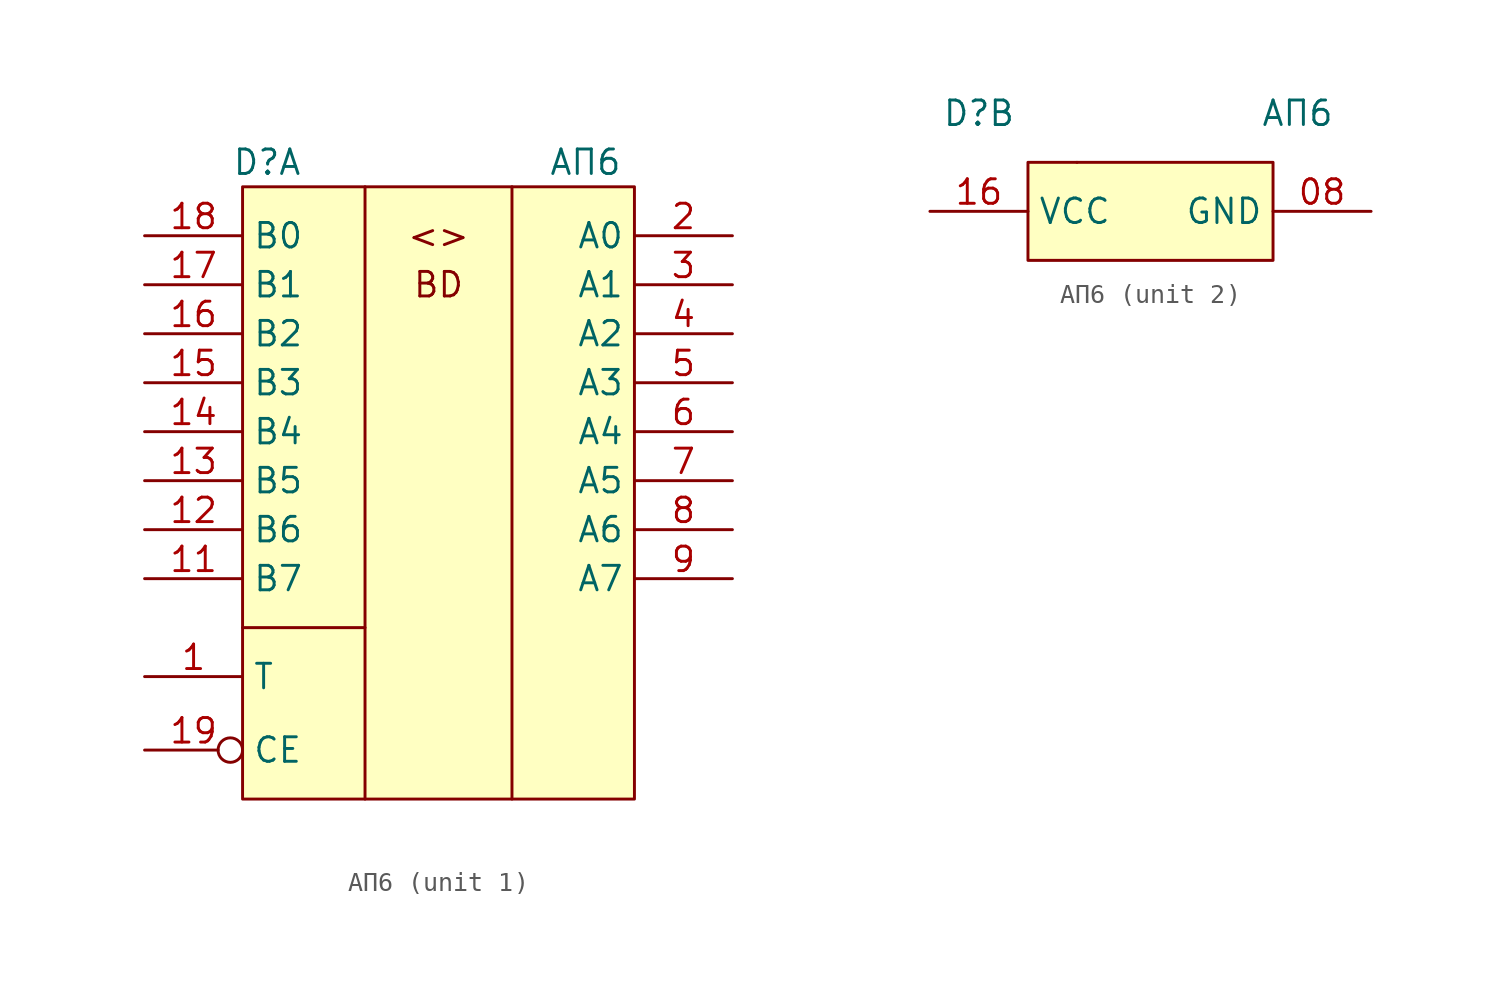
<source format=kicad_sym>
(kicad_symbol_lib
  (version 20231120)
  (generator "kicad_symbol_editor")
  (generator_version "8.0")
  (symbol "АП6"
    (property "Reference" "D"
      (at -8.89 1.27 0)
      (effects (font (size 1.27 1.27))))
    (property "Value" "АП6"
      (at 7.62 1.27 0)
      (effects (font (size 1.27 1.27))))
    (property "ki_locked" ""
      (at 0 0 0)
      (effects (font (size 1.27 1.27))))
    (symbol "АП6_1_1"
      (rectangle (start -10.16 0) (end 10.16 -31.75) (stroke (width 0) (type default)) (fill (type background)))
      (polyline (pts (xy -10.16 -22.86) (xy -3.81 -22.86)) (stroke (width 0) (type default)) (fill (type none)))
      (polyline (pts (xy -3.81 0) (xy -3.81 -31.75)) (stroke (width 0) (type default)) (fill (type none)))
      (polyline (pts (xy 3.81 0) (xy 3.81 -31.75)) (stroke (width 0) (type default)) (fill (type none)))
      (text "<>" (at 0 -2.54 0) (effects (font (size 1.27 1.27))))
      (text "BD" (at 0 -5.08 0) (effects (font (size 1.27 1.27))))
      (pin input line (at -15.24 -25.4 0) (length 5.08) (name "T" (effects (font (size 1.27 1.27)))) (number "1" (effects (font (size 1.27 1.27)))))
      (pin input line (at -15.24 -20.32 0) (length 5.08) (name "B7" (effects (font (size 1.27 1.27)))) (number "11" (effects (font (size 1.27 1.27)))))
      (pin input line (at -15.24 -17.78 0) (length 5.08) (name "B6" (effects (font (size 1.27 1.27)))) (number "12" (effects (font (size 1.27 1.27)))))
      (pin input line (at -15.24 -15.24 0) (length 5.08) (name "B5" (effects (font (size 1.27 1.27)))) (number "13" (effects (font (size 1.27 1.27)))))
      (pin input line (at -15.24 -12.7 0) (length 5.08) (name "B4" (effects (font (size 1.27 1.27)))) (number "14" (effects (font (size 1.27 1.27)))))
      (pin input line (at -15.24 -10.16 0) (length 5.08) (name "B3" (effects (font (size 1.27 1.27)))) (number "15" (effects (font (size 1.27 1.27)))))
      (pin input line (at -15.24 -7.62 0) (length 5.08) (name "B2" (effects (font (size 1.27 1.27)))) (number "16" (effects (font (size 1.27 1.27)))))
      (pin input line (at -15.24 -5.08 0) (length 5.08) (name "B1" (effects (font (size 1.27 1.27)))) (number "17" (effects (font (size 1.27 1.27)))))
      (pin input line (at -15.24 -2.54 0) (length 5.08) (name "B0" (effects (font (size 1.27 1.27)))) (number "18" (effects (font (size 1.27 1.27)))))
      (pin input inverted (at -15.24 -29.21 0) (length 5.08) (name "CE" (effects (font (size 1.27 1.27)))) (number "19" (effects (font (size 1.27 1.27)))))
      (pin input line (at 15.24 -2.54 180) (length 5.08) (name "A0" (effects (font (size 1.27 1.27)))) (number "2" (effects (font (size 1.27 1.27)))))
      (pin input line (at 15.24 -5.08 180) (length 5.08) (name "A1" (effects (font (size 1.27 1.27)))) (number "3" (effects (font (size 1.27 1.27)))))
      (pin input line (at 15.24 -7.62 180) (length 5.08) (name "A2" (effects (font (size 1.27 1.27)))) (number "4" (effects (font (size 1.27 1.27)))))
      (pin input line (at 15.24 -10.16 180) (length 5.08) (name "A3" (effects (font (size 1.27 1.27)))) (number "5" (effects (font (size 1.27 1.27)))))
      (pin input line (at 15.24 -12.7 180) (length 5.08) (name "A4" (effects (font (size 1.27 1.27)))) (number "6" (effects (font (size 1.27 1.27)))))
      (pin input line (at 15.24 -15.24 180) (length 5.08) (name "A5" (effects (font (size 1.27 1.27)))) (number "7" (effects (font (size 1.27 1.27)))))
      (pin input line (at 15.24 -17.78 180) (length 5.08) (name "A6" (effects (font (size 1.27 1.27)))) (number "8" (effects (font (size 1.27 1.27)))))
      (pin input line (at 15.24 -20.32 180) (length 5.08) (name "A7" (effects (font (size 1.27 1.27)))) (number "9" (effects (font (size 1.27 1.27))))))
    (symbol "АП6_2_1"
      (rectangle (start -6.35 -1.27) (end 6.35 -6.35) (stroke (width 0) (type default)) (fill (type background)))
      (rectangle (start -3.81 -1.27) (end -3.81 -1.27) (stroke (width 0) (type default)) (fill (type none)))
      (pin power_in line (at 11.43 -3.81 180) (length 5.08) (name "GND" (effects (font (size 1.27 1.27)))) (number "08" (effects (font (size 1.27 1.27)))))
      (pin power_in line (at -11.43 -3.81 0) (length 5.08) (name "VCC" (effects (font (size 1.27 1.27)))) (number "16" (effects (font (size 1.27 1.27))))))))
</source>
